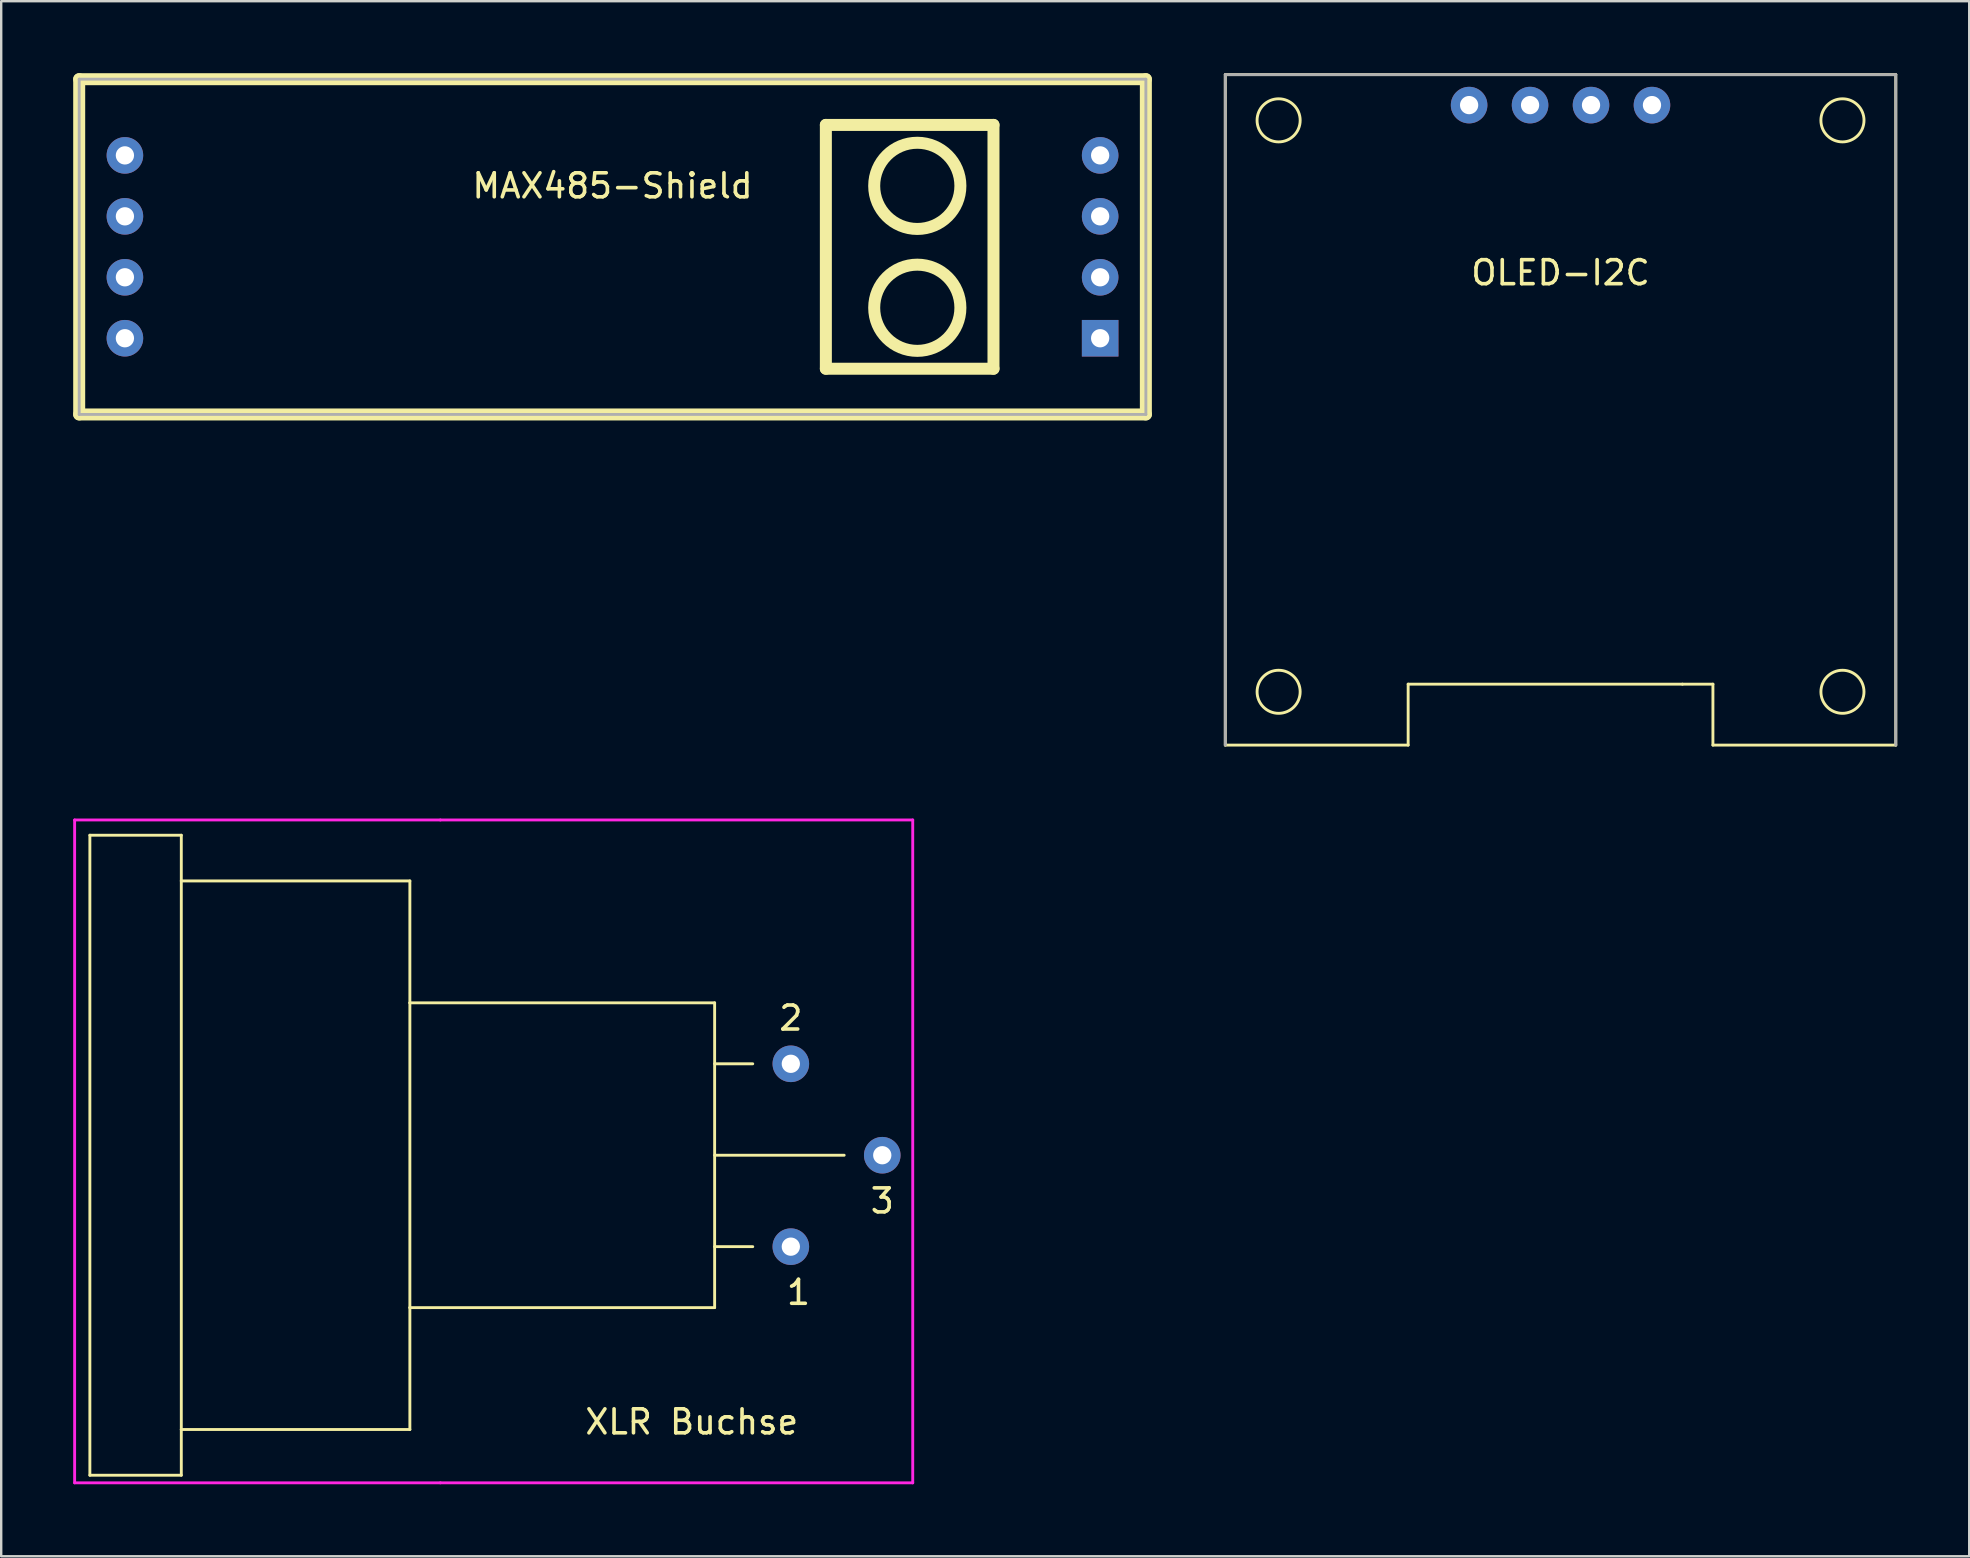
<source format=kicad_pcb>
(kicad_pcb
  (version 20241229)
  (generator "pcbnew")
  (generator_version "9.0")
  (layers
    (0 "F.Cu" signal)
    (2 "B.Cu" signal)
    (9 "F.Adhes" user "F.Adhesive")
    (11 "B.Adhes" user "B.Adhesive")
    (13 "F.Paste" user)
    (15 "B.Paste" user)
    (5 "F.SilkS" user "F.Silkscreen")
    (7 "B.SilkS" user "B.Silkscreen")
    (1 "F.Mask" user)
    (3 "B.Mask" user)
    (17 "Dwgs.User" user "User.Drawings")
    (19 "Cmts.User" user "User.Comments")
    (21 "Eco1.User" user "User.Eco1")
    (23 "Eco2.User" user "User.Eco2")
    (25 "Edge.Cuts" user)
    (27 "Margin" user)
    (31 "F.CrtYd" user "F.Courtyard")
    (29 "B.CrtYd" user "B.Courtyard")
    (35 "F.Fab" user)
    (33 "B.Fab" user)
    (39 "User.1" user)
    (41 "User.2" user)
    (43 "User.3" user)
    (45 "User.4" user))
  (footprint "XLR Buchse"
    (layer "F.Cu")
    (at 29.905 45.09)
    (property "Reference" "XLR Buchse" (at -4.128 11.113 0) (layer "F.SilkS") (effects (font (size 1 1) (thickness 0.15))))
    (attr through_hole)
    (fp_line (start -29.21 -13.335) (end -29.21 13.335) (stroke (width 0.12) (type solid)) (layer "F.SilkS"))
    (fp_line (start -29.21 -13.335) (end -25.4 -13.335) (stroke (width 0.12) (type solid)) (layer "F.SilkS"))
    (fp_line (start -29.21 13.335) (end -25.4 13.335) (stroke (width 0.12) (type solid)) (layer "F.SilkS"))
    (fp_line (start -25.4 -13.335) (end -25.4 -11.43) (stroke (width 0.12) (type solid)) (layer "F.SilkS"))
    (fp_line (start -25.4 -11.43) (end -25.4 11.43) (stroke (width 0.12) (type solid)) (layer "F.SilkS"))
    (fp_line (start -25.4 -11.43) (end -15.875 -11.43) (stroke (width 0.12) (type solid)) (layer "F.SilkS"))
    (fp_line (start -25.4 11.43) (end -25.4 13.335) (stroke (width 0.12) (type solid)) (layer "F.SilkS"))
    (fp_line (start -15.875 -11.43) (end -15.875 -6.35) (stroke (width 0.12) (type solid)) (layer "F.SilkS"))
    (fp_line (start -15.875 -6.35) (end -15.875 6.35) (stroke (width 0.12) (type solid)) (layer "F.SilkS"))
    (fp_line (start -15.875 -6.35) (end -3.175 -6.35) (stroke (width 0.12) (type solid)) (layer "F.SilkS"))
    (fp_line (start -15.875 6.35) (end -15.875 11.43) (stroke (width 0.12) (type solid)) (layer "F.SilkS"))
    (fp_line (start -15.875 11.43) (end -25.4 11.43) (stroke (width 0.12) (type solid)) (layer "F.SilkS"))
    (fp_line (start -3.175 -6.35) (end -3.175 6.35) (stroke (width 0.12) (type solid)) (layer "F.SilkS"))
    (fp_line (start -3.175 -3.81) (end -1.587 -3.81) (stroke (width 0.12) (type solid)) (layer "F.SilkS"))
    (fp_line (start -3.175 0) (end 2.223 0) (stroke (width 0.12) (type solid)) (layer "F.SilkS"))
    (fp_line (start -3.175 3.81) (end -1.587 3.81) (stroke (width 0.12) (type solid)) (layer "F.SilkS"))
    (fp_line (start -3.175 6.35) (end -15.875 6.35) (stroke (width 0.12) (type solid)) (layer "F.SilkS"))
    (fp_line (start -29.845 -13.97) (end -14.605 -13.97) (stroke (width 0.12) (type solid)) (layer "F.CrtYd"))
    (fp_line (start -29.845 13.652) (end -29.845 -13.97) (stroke (width 0.12) (type solid)) (layer "F.CrtYd"))
    (fp_line (start -14.605 -13.97) (end 5.08 -13.97) (stroke (width 0.12) (type solid)) (layer "F.CrtYd"))
    (fp_line (start -14.605 13.652) (end -29.845 13.652) (stroke (width 0.12) (type solid)) (layer "F.CrtYd"))
    (fp_line (start 5.08 -13.97) (end 5.08 13.652) (stroke (width 0.12) (type solid)) (layer "F.CrtYd"))
    (fp_line (start 5.08 13.652) (end -14.605 13.652) (stroke (width 0.12) (type solid)) (layer "F.CrtYd"))
    (fp_text user "3" (at 3.81 1.905 0) (layer "F.SilkS") (effects (font (size 1 1) (thickness 0.15))))
    (fp_text user "2" (at 0 -5.715 0) (layer "F.SilkS") (effects (font (size 1 1) (thickness 0.15))))
    (fp_text user "1" (at 0.318 5.715 0) (layer "F.SilkS") (effects (font (size 1 1) (thickness 0.15))))
    (pad "1" thru_hole circle (at 0 3.81) (size 1.524 1.524) (drill 0.762) (layers "*.Cu" "*.Mask"))
    (pad "2" thru_hole circle (at 0 -3.81) (size 1.524 1.524) (drill 0.762) (layers "*.Cu" "*.Mask"))
    (pad "3" thru_hole circle (at 3.81 0) (size 1.524 1.524) (drill 0.762) (layers "*.Cu" "*.Mask")))
  (footprint "OLED-I2C"
    (layer "F.Cu")
    (at 61.98 1.33)
    (property "Reference" "OLED-I2C" (at 0 6.985 0) (layer "F.SilkS") (effects (font (size 1 1) (thickness 0.15))))
    (attr through_hole)
    (fp_line (start -13.97 -1.27) (end 13.97 -1.27) (stroke (width 0.12) (type solid)) (layer "F.SilkS"))
    (fp_line (start -13.97 26.67) (end -13.97 -1.27) (stroke (width 0.12) (type solid)) (layer "F.SilkS"))
    (fp_line (start -6.35 24.13) (end 5.08 24.13) (stroke (width 0.12) (type solid)) (layer "F.SilkS"))
    (fp_line (start -6.35 26.67) (end -13.97 26.67) (stroke (width 0.12) (type solid)) (layer "F.SilkS"))
    (fp_line (start -6.35 26.67) (end -6.35 24.13) (stroke (width 0.12) (type solid)) (layer "F.SilkS"))
    (fp_line (start 5.08 24.13) (end 6.35 24.13) (stroke (width 0.12) (type solid)) (layer "F.SilkS"))
    (fp_line (start 6.35 24.13) (end 6.35 26.67) (stroke (width 0.12) (type solid)) (layer "F.SilkS"))
    (fp_line (start 6.35 26.67) (end 13.97 26.67) (stroke (width 0.12) (type solid)) (layer "F.SilkS"))
    (fp_line (start 13.97 -1.27) (end 13.97 26.67) (stroke (width 0.12) (type solid)) (layer "F.SilkS"))
    (fp_circle (center -11.748 0.635) (end -11.113 1.27) (stroke (width 0.12) (type solid)) (fill no) (layer "F.SilkS"))
    (fp_circle (center -11.748 24.448) (end -11.113 25.082) (stroke (width 0.12) (type solid)) (fill no) (layer "F.SilkS"))
    (fp_circle (center 11.748 0.635) (end 12.383 1.27) (stroke (width 0.12) (type solid)) (fill no) (layer "F.SilkS"))
    (fp_circle (center 11.748 24.448) (end 12.383 25.082) (stroke (width 0.12) (type solid)) (fill no) (layer "F.SilkS"))
    (fp_line (start -13.97 -1.27) (end 13.97 -1.27) (stroke (width 0.12) (type solid)) (layer "F.Fab"))
    (fp_line (start -13.97 26.67) (end -13.97 -1.27) (stroke (width 0.12) (type solid)) (layer "F.Fab"))
    (fp_line (start 13.97 -1.27) (end 13.97 26.67) (stroke (width 0.12) (type solid)) (layer "F.Fab"))
    (pad "1" thru_hole circle (at -3.81 0) (size 1.524 1.524) (drill 0.762) (layers "*.Cu" "*.Mask"))
    (pad "2" thru_hole circle (at -1.27 0) (size 1.524 1.524) (drill 0.762) (layers "*.Cu" "*.Mask"))
    (pad "3" thru_hole circle (at 1.27 0) (size 1.524 1.524) (drill 0.762) (layers "*.Cu" "*.Mask"))
    (pad "4" thru_hole circle (at 3.81 0) (size 1.524 1.524) (drill 0.762) (layers "*.Cu" "*.Mask")))
  (footprint "MAX485-Shield"
    (layer "F.Cu")
    (at 22.475 7.235)
    (property "Reference" "MAX485-Shield" (at 0 -2.54 0) (layer "F.SilkS") (effects (font (size 1 1) (thickness 0.15))))
    (attr through_hole)
    (fp_line (start -22.225 6.985) (end -22.225 -6.985) (stroke (width 0.5) (type solid)) (layer "F.SilkS"))
    (fp_line (start 8.89 -5.08) (end 15.875 -5.08) (stroke (width 0.5) (type solid)) (layer "F.SilkS"))
    (fp_line (start 8.89 5.08) (end 8.89 -5.08) (stroke (width 0.5) (type solid)) (layer "F.SilkS"))
    (fp_line (start 15.875 -5.08) (end 15.875 5.08) (stroke (width 0.5) (type solid)) (layer "F.SilkS"))
    (fp_line (start 15.875 5.08) (end 8.89 5.08) (stroke (width 0.5) (type solid)) (layer "F.SilkS"))
    (fp_line (start 22.225 -6.985) (end -22.225 -6.985) (stroke (width 0.5) (type solid)) (layer "F.SilkS"))
    (fp_line (start 22.225 6.985) (end -22.225 6.985) (stroke (width 0.5) (type solid)) (layer "F.SilkS"))
    (fp_line (start 22.225 6.985) (end 22.225 -6.985) (stroke (width 0.5) (type solid)) (layer "F.SilkS"))
    (fp_circle (center 12.7 -2.54) (end 14.496 -2.54) (stroke (width 0.5) (type solid)) (fill no) (layer "F.SilkS"))
    (fp_circle (center 12.7 2.54) (end 14.496 2.54) (stroke (width 0.5) (type solid)) (fill no) (layer "F.SilkS"))
    (fp_line (start -22.225 -6.985) (end -22.225 6.985) (stroke (width 0.12) (type solid)) (layer "F.Fab"))
    (fp_line (start -22.225 6.985) (end 22.225 6.985) (stroke (width 0.12) (type solid)) (layer "F.Fab"))
    (fp_line (start 22.225 -6.985) (end -22.225 -6.985) (stroke (width 0.12) (type solid)) (layer "F.Fab"))
    (fp_line (start 22.225 6.985) (end 22.225 -6.985) (stroke (width 0.12) (type solid)) (layer "F.Fab"))
    (pad "1" thru_hole circle (at 20.32 -3.81) (size 1.524 1.524) (drill 0.762) (layers "*.Cu" "*.Mask"))
    (pad "2" thru_hole circle (at 20.32 -1.27) (size 1.524 1.524) (drill 0.762) (layers "*.Cu" "*.Mask"))
    (pad "3" thru_hole circle (at 20.32 1.27) (size 1.524 1.524) (drill 0.762) (layers "*.Cu" "*.Mask"))
    (pad "4" thru_hole rect (at 20.32 3.81) (size 1.524 1.524) (drill 0.762) (layers "*.Cu" "*.Mask"))
    (pad "5" thru_hole circle (at -20.32 3.81) (size 1.524 1.524) (drill 0.762) (layers "*.Cu" "*.Mask"))
    (pad "6" thru_hole circle (at -20.32 1.27) (size 1.524 1.524) (drill 0.762) (layers "*.Cu" "*.Mask"))
    (pad "7" thru_hole circle (at -20.32 -1.27) (size 1.524 1.524) (drill 0.762) (layers "*.Cu" "*.Mask"))
    (pad "8" thru_hole circle (at -20.32 -3.81) (size 1.524 1.524) (drill 0.762) (layers "*.Cu" "*.Mask")))
  (gr_rect
    (start -3 -3)
    (end 79.01 61.803)
    (stroke (width 0.1) (type default))
    (fill no)
    (layer "Edge.Cuts")))
</source>
